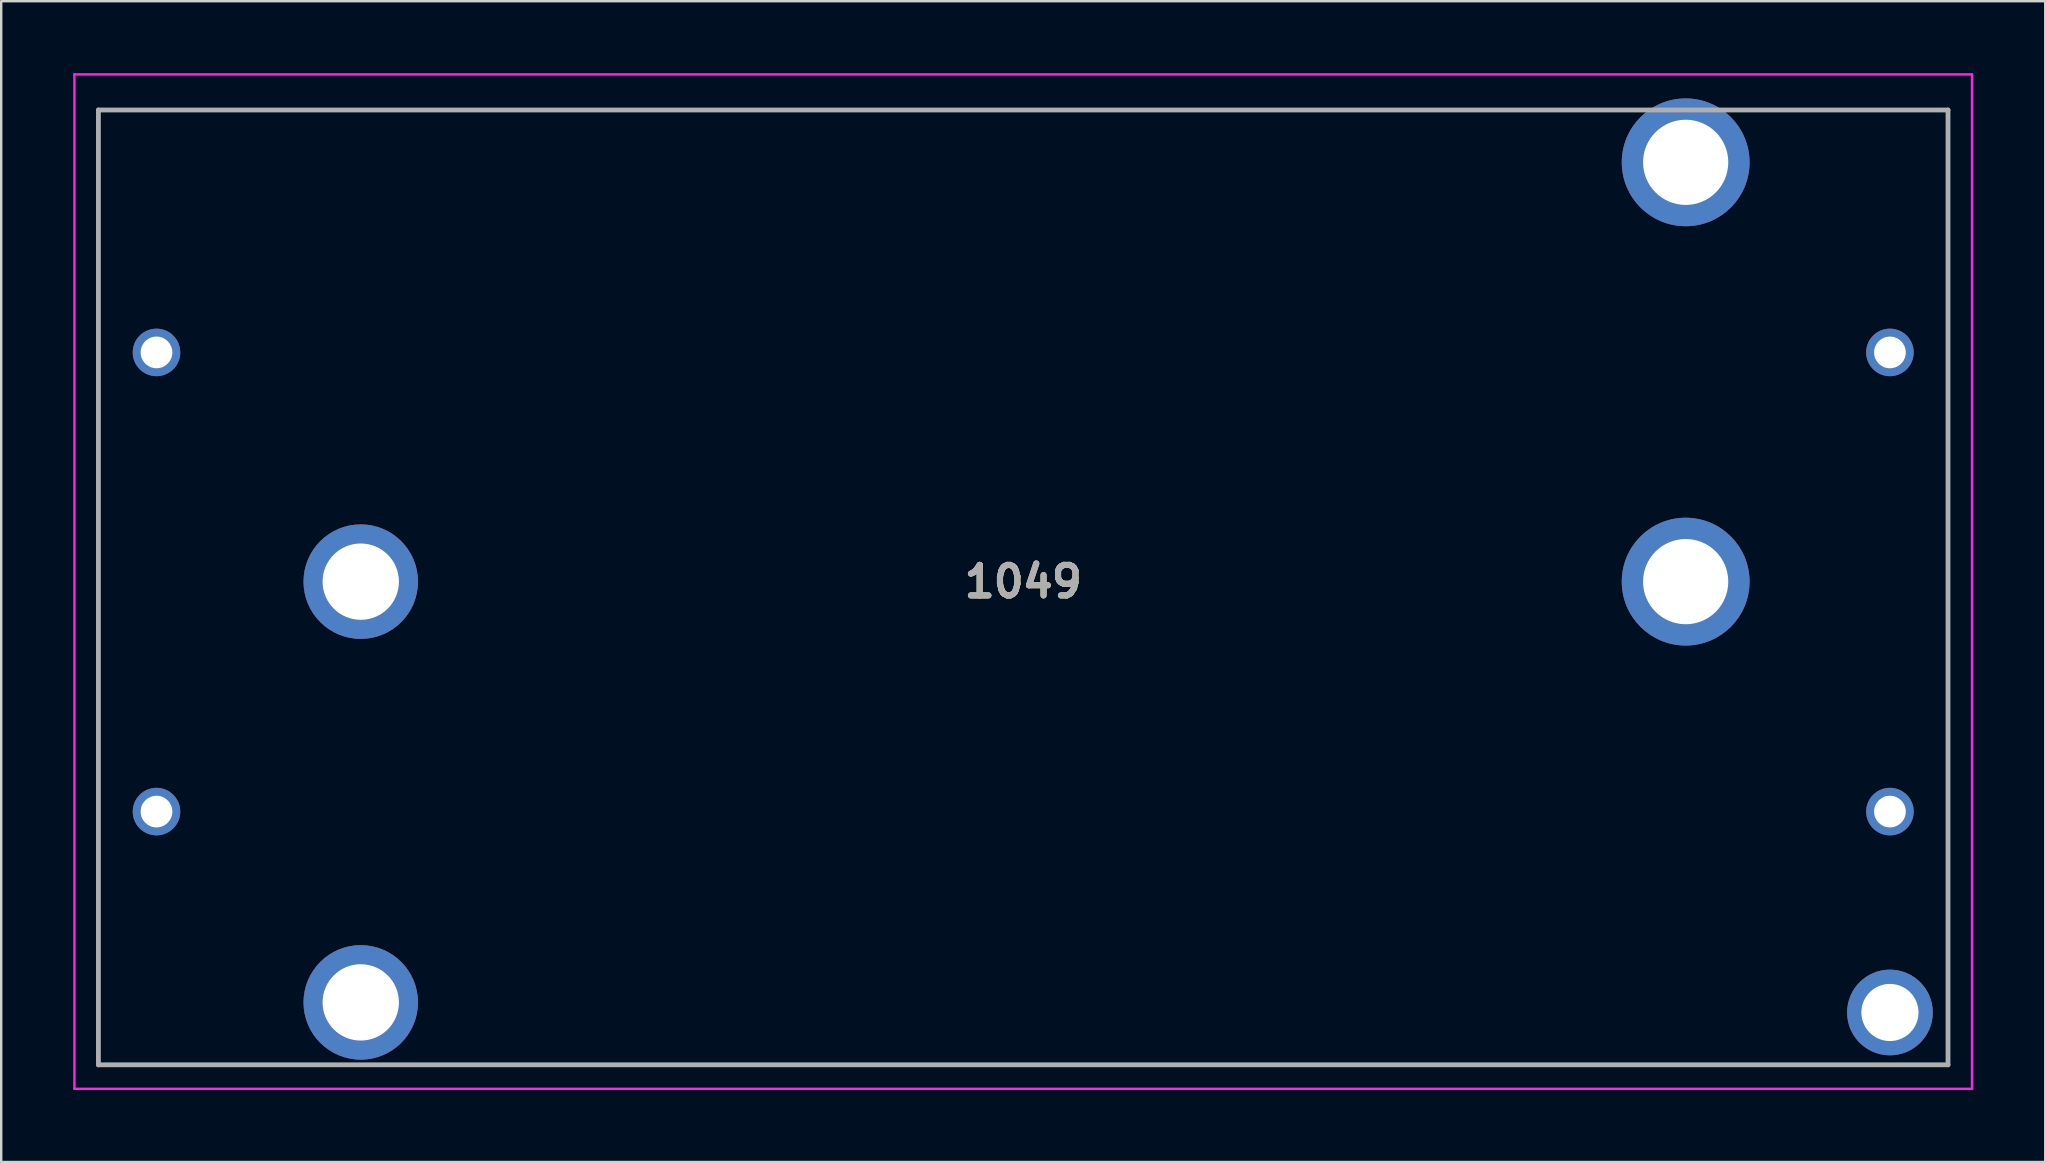
<source format=kicad_pcb>
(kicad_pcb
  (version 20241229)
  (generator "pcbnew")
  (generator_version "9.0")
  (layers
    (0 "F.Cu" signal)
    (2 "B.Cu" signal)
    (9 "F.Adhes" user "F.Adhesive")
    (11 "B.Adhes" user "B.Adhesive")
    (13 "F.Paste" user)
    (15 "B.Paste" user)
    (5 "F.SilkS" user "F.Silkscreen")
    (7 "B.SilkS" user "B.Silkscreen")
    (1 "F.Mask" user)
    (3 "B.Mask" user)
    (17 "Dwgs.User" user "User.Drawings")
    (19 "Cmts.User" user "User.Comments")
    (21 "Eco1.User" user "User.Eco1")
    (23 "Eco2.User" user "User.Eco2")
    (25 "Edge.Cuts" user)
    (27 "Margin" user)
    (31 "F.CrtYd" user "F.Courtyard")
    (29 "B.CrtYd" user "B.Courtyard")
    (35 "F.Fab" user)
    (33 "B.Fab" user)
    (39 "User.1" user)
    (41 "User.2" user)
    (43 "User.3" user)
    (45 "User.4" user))
  (footprint "1049"
    (layer "F.Cu")
    (at 39.58 21.423)
    (property "Reference" "1049" (at 0 -0.241 0) (layer "F.SilkS") (effects (font (size 1.27 1.27) (thickness 0.254))))
    (attr through_hole)
    (fp_line (start -38.53 -19.89) (end 25 -19.89) (stroke (width 0.1) (type solid)) (layer "F.SilkS"))
    (fp_line (start -38.53 19.89) (end -38.53 -19.89) (stroke (width 0.1) (type solid)) (layer "F.SilkS"))
    (fp_line (start 30 -19.89) (end 38.5 -19.89) (stroke (width 0.1) (type solid)) (layer "F.SilkS"))
    (fp_line (start 38.5 -19.89) (end 38.53 -19.89) (stroke (width 0.1) (type solid)) (layer "F.SilkS"))
    (fp_line (start 38.53 -19.89) (end 38.53 19.89) (stroke (width 0.1) (type solid)) (layer "F.SilkS"))
    (fp_line (start 38.53 19.89) (end -38.53 19.89) (stroke (width 0.1) (type solid)) (layer "F.SilkS"))
    (fp_line (start -39.53 -21.373) (end 39.53 -21.373) (stroke (width 0.1) (type solid)) (layer "F.CrtYd"))
    (fp_line (start -39.53 20.89) (end -39.53 -21.373) (stroke (width 0.1) (type solid)) (layer "F.CrtYd"))
    (fp_line (start 39.53 -21.373) (end 39.53 20.89) (stroke (width 0.1) (type solid)) (layer "F.CrtYd"))
    (fp_line (start 39.53 20.89) (end -39.53 20.89) (stroke (width 0.1) (type solid)) (layer "F.CrtYd"))
    (fp_line (start -38.53 -19.89) (end 38.53 -19.89) (stroke (width 0.2) (type solid)) (layer "F.Fab"))
    (fp_line (start -38.53 19.89) (end -38.53 -19.89) (stroke (width 0.2) (type solid)) (layer "F.Fab"))
    (fp_line (start 38.53 -19.89) (end 38.53 19.89) (stroke (width 0.2) (type solid)) (layer "F.Fab"))
    (fp_line (start 38.53 19.89) (end -38.53 19.89) (stroke (width 0.2) (type solid)) (layer "F.Fab"))
    (fp_text user "${REFERENCE}" (at 0 -0.241 0) (layer "F.Fab") (effects (font (size 1.27 1.27) (thickness 0.254))))
    (pad "1" thru_hole circle (at -27.6 -0.24) (size 4.77 4.77) (drill 3.18) (layers "*.Cu" "*.Mask"))
    (pad "2" thru_hole circle (at -27.6 17.29) (size 4.77 4.77) (drill 3.18) (layers "*.Cu" "*.Mask"))
    (pad "3" thru_hole circle (at 27.6 -0.24) (size 5.325 5.325) (drill 3.55) (layers "*.Cu" "*.Mask"))
    (pad "4" thru_hole circle (at 27.6 -17.71) (size 5.325 5.325) (drill 3.55) (layers "*.Cu" "*.Mask"))
    (pad "5" thru_hole circle (at 36.11 17.71) (size 3.57 3.57) (drill 2.38) (layers "*.Cu" "*.Mask"))
    (pad "6" thru_hole circle (at -36.11 9.34) (size 1.98 1.98) (drill 1.32) (layers "*.Cu" "*.Mask"))
    (pad "7" thru_hole circle (at -36.11 -9.79) (size 1.98 1.98) (drill 1.32) (layers "*.Cu" "*.Mask"))
    (pad "8" thru_hole circle (at 36.11 9.34) (size 1.98 1.98) (drill 1.32) (layers "*.Cu" "*.Mask"))
    (pad "9" thru_hole circle (at 36.11 -9.79) (size 1.98 1.98) (drill 1.32) (layers "*.Cu" "*.Mask")))
  (gr_rect
    (start -3 -3)
    (end 82.16 45.363)
    (stroke (width 0.1) (type default))
    (fill no)
    (layer "Edge.Cuts")))
</source>
